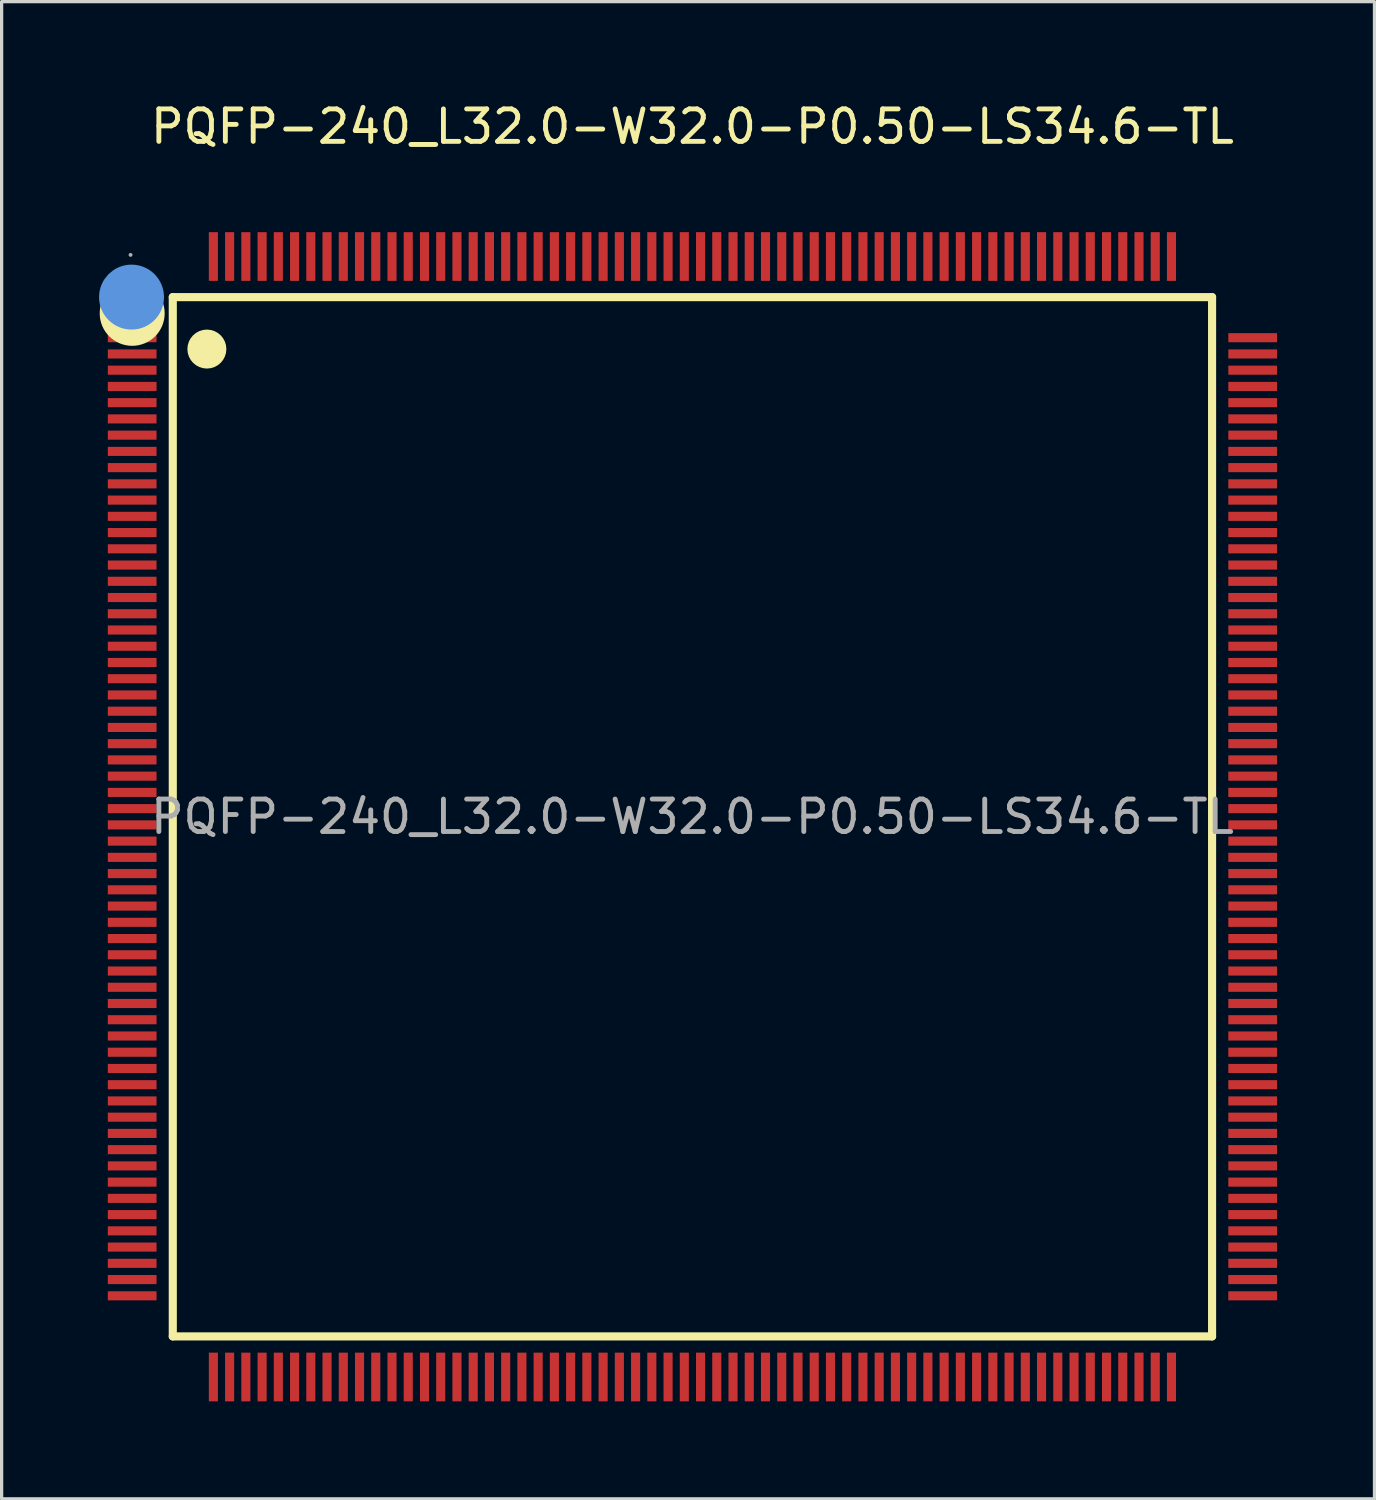
<source format=kicad_pcb>
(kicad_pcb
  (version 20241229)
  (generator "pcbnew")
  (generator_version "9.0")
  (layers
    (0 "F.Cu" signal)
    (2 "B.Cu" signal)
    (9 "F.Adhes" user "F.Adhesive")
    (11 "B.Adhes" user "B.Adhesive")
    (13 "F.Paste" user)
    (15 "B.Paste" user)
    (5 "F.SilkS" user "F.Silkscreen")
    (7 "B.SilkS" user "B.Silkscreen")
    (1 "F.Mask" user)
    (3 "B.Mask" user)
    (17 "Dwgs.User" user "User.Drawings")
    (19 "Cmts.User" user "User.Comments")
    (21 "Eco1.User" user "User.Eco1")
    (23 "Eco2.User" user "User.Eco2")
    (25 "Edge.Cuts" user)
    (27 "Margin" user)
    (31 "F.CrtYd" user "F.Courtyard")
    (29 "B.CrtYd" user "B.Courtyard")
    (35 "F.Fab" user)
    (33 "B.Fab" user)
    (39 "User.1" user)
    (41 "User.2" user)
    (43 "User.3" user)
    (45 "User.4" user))
  (footprint "PQFP-240_L32.0-W32.0-P0.50-LS34.6-TL"
    (layer "F.Cu")
    (at 18.27 22.098)
    (property "Reference" "PQFP-240_L32.0-W32.0-P0.50-LS34.6-TL" (at 0 -21.25 0) (layer "F.SilkS") (effects (font (size 1 1) (thickness 0.15))))
    (attr through_hole)
    (fp_line (start -16 -16) (end 16 -16) (stroke (width 0.25) (type solid)) (layer "F.SilkS"))
    (fp_line (start -16 16) (end -16 -16) (stroke (width 0.25) (type solid)) (layer "F.SilkS"))
    (fp_line (start 16 -16) (end 16 16) (stroke (width 0.25) (type solid)) (layer "F.SilkS"))
    (fp_line (start 16 16) (end -16 16) (stroke (width 0.25) (type solid)) (layer "F.SilkS"))
    (fp_arc (start -17.25 -15.5) (mid -17.25 -15.5) (end -17.25 -15.5) (stroke (width 1) (type solid)) (layer "F.SilkS"))
    (fp_arc (start -14.95 -14.4) (mid -14.95 -14.4) (end -14.95 -14.4) (stroke (width 0.6) (type solid)) (layer "F.SilkS"))
    (fp_circle (center -17.27 -16) (end -16.77 -16) (stroke (width 1) (type solid)) (fill no) (layer "Cmts.User"))
    (fp_circle (center -17.3 -17.3) (end -17.27 -17.3) (stroke (width 0.06) (type solid)) (fill no) (layer "F.Fab"))
    (fp_text user "${REFERENCE}" (at 0 0 0) (layer "F.Fab") (effects (font (size 1 1) (thickness 0.15))))
    (pad "1" smd rect (at -17.25 -14.75 90) (size 0.28 1.5) (layers "F.Cu" "F.Mask" "F.Paste"))
    (pad "2" smd rect (at -17.25 -14.25 90) (size 0.28 1.5) (layers "F.Cu" "F.Mask" "F.Paste"))
    (pad "3" smd rect (at -17.25 -13.75 90) (size 0.28 1.5) (layers "F.Cu" "F.Mask" "F.Paste"))
    (pad "4" smd rect (at -17.25 -13.25 90) (size 0.28 1.5) (layers "F.Cu" "F.Mask" "F.Paste"))
    (pad "5" smd rect (at -17.25 -12.75 90) (size 0.28 1.5) (layers "F.Cu" "F.Mask" "F.Paste"))
    (pad "6" smd rect (at -17.25 -12.25 90) (size 0.28 1.5) (layers "F.Cu" "F.Mask" "F.Paste"))
    (pad "7" smd rect (at -17.25 -11.75 90) (size 0.28 1.5) (layers "F.Cu" "F.Mask" "F.Paste"))
    (pad "8" smd rect (at -17.25 -11.25 90) (size 0.28 1.5) (layers "F.Cu" "F.Mask" "F.Paste"))
    (pad "9" smd rect (at -17.25 -10.75 90) (size 0.28 1.5) (layers "F.Cu" "F.Mask" "F.Paste"))
    (pad "10" smd rect (at -17.25 -10.25 90) (size 0.28 1.5) (layers "F.Cu" "F.Mask" "F.Paste"))
    (pad "11" smd rect (at -17.25 -9.75 90) (size 0.28 1.5) (layers "F.Cu" "F.Mask" "F.Paste"))
    (pad "12" smd rect (at -17.25 -9.25 90) (size 0.28 1.5) (layers "F.Cu" "F.Mask" "F.Paste"))
    (pad "13" smd rect (at -17.25 -8.75 90) (size 0.28 1.5) (layers "F.Cu" "F.Mask" "F.Paste"))
    (pad "14" smd rect (at -17.25 -8.25 90) (size 0.28 1.5) (layers "F.Cu" "F.Mask" "F.Paste"))
    (pad "15" smd rect (at -17.25 -7.75 90) (size 0.28 1.5) (layers "F.Cu" "F.Mask" "F.Paste"))
    (pad "16" smd rect (at -17.25 -7.25 90) (size 0.28 1.5) (layers "F.Cu" "F.Mask" "F.Paste"))
    (pad "17" smd rect (at -17.25 -6.75 90) (size 0.28 1.5) (layers "F.Cu" "F.Mask" "F.Paste"))
    (pad "18" smd rect (at -17.25 -6.25 90) (size 0.28 1.5) (layers "F.Cu" "F.Mask" "F.Paste"))
    (pad "19" smd rect (at -17.25 -5.75 90) (size 0.28 1.5) (layers "F.Cu" "F.Mask" "F.Paste"))
    (pad "20" smd rect (at -17.25 -5.25 90) (size 0.28 1.5) (layers "F.Cu" "F.Mask" "F.Paste"))
    (pad "21" smd rect (at -17.25 -4.75 90) (size 0.28 1.5) (layers "F.Cu" "F.Mask" "F.Paste"))
    (pad "22" smd rect (at -17.25 -4.25 90) (size 0.28 1.5) (layers "F.Cu" "F.Mask" "F.Paste"))
    (pad "23" smd rect (at -17.25 -3.75 90) (size 0.28 1.5) (layers "F.Cu" "F.Mask" "F.Paste"))
    (pad "24" smd rect (at -17.25 -3.25 90) (size 0.28 1.5) (layers "F.Cu" "F.Mask" "F.Paste"))
    (pad "25" smd rect (at -17.25 -2.75 90) (size 0.28 1.5) (layers "F.Cu" "F.Mask" "F.Paste"))
    (pad "26" smd rect (at -17.25 -2.25 90) (size 0.28 1.5) (layers "F.Cu" "F.Mask" "F.Paste"))
    (pad "27" smd rect (at -17.25 -1.75 90) (size 0.28 1.5) (layers "F.Cu" "F.Mask" "F.Paste"))
    (pad "28" smd rect (at -17.25 -1.25 90) (size 0.28 1.5) (layers "F.Cu" "F.Mask" "F.Paste"))
    (pad "29" smd rect (at -17.25 -0.75 90) (size 0.28 1.5) (layers "F.Cu" "F.Mask" "F.Paste"))
    (pad "30" smd rect (at -17.25 -0.25 90) (size 0.28 1.5) (layers "F.Cu" "F.Mask" "F.Paste"))
    (pad "31" smd rect (at -17.25 0.25 90) (size 0.28 1.5) (layers "F.Cu" "F.Mask" "F.Paste"))
    (pad "32" smd rect (at -17.25 0.75 90) (size 0.28 1.5) (layers "F.Cu" "F.Mask" "F.Paste"))
    (pad "33" smd rect (at -17.25 1.25 90) (size 0.28 1.5) (layers "F.Cu" "F.Mask" "F.Paste"))
    (pad "34" smd rect (at -17.25 1.75 90) (size 0.28 1.5) (layers "F.Cu" "F.Mask" "F.Paste"))
    (pad "35" smd rect (at -17.25 2.25 90) (size 0.28 1.5) (layers "F.Cu" "F.Mask" "F.Paste"))
    (pad "36" smd rect (at -17.25 2.75 90) (size 0.28 1.5) (layers "F.Cu" "F.Mask" "F.Paste"))
    (pad "37" smd rect (at -17.25 3.25 90) (size 0.28 1.5) (layers "F.Cu" "F.Mask" "F.Paste"))
    (pad "38" smd rect (at -17.25 3.75 90) (size 0.28 1.5) (layers "F.Cu" "F.Mask" "F.Paste"))
    (pad "39" smd rect (at -17.25 4.25 90) (size 0.28 1.5) (layers "F.Cu" "F.Mask" "F.Paste"))
    (pad "40" smd rect (at -17.25 4.75 90) (size 0.28 1.5) (layers "F.Cu" "F.Mask" "F.Paste"))
    (pad "41" smd rect (at -17.25 5.25 90) (size 0.28 1.5) (layers "F.Cu" "F.Mask" "F.Paste"))
    (pad "42" smd rect (at -17.25 5.75 90) (size 0.28 1.5) (layers "F.Cu" "F.Mask" "F.Paste"))
    (pad "43" smd rect (at -17.25 6.25 90) (size 0.28 1.5) (layers "F.Cu" "F.Mask" "F.Paste"))
    (pad "44" smd rect (at -17.25 6.75 90) (size 0.28 1.5) (layers "F.Cu" "F.Mask" "F.Paste"))
    (pad "45" smd rect (at -17.25 7.25 90) (size 0.28 1.5) (layers "F.Cu" "F.Mask" "F.Paste"))
    (pad "46" smd rect (at -17.25 7.75 90) (size 0.28 1.5) (layers "F.Cu" "F.Mask" "F.Paste"))
    (pad "47" smd rect (at -17.25 8.25 90) (size 0.28 1.5) (layers "F.Cu" "F.Mask" "F.Paste"))
    (pad "48" smd rect (at -17.25 8.75 90) (size 0.28 1.5) (layers "F.Cu" "F.Mask" "F.Paste"))
    (pad "49" smd rect (at -17.25 9.25 90) (size 0.28 1.5) (layers "F.Cu" "F.Mask" "F.Paste"))
    (pad "50" smd rect (at -17.25 9.75 90) (size 0.28 1.5) (layers "F.Cu" "F.Mask" "F.Paste"))
    (pad "51" smd rect (at -17.25 10.25 90) (size 0.28 1.5) (layers "F.Cu" "F.Mask" "F.Paste"))
    (pad "52" smd rect (at -17.25 10.75 90) (size 0.28 1.5) (layers "F.Cu" "F.Mask" "F.Paste"))
    (pad "53" smd rect (at -17.25 11.25 270) (size 0.28 1.5) (layers "F.Cu" "F.Mask" "F.Paste"))
    (pad "54" smd rect (at -17.25 11.75 270) (size 0.28 1.5) (layers "F.Cu" "F.Mask" "F.Paste"))
    (pad "55" smd rect (at -17.25 12.25 270) (size 0.28 1.5) (layers "F.Cu" "F.Mask" "F.Paste"))
    (pad "56" smd rect (at -17.25 12.75 270) (size 0.28 1.5) (layers "F.Cu" "F.Mask" "F.Paste"))
    (pad "57" smd rect (at -17.25 13.25 270) (size 0.28 1.5) (layers "F.Cu" "F.Mask" "F.Paste"))
    (pad "58" smd rect (at -17.25 13.75 270) (size 0.28 1.5) (layers "F.Cu" "F.Mask" "F.Paste"))
    (pad "59" smd rect (at -17.25 14.25 270) (size 0.28 1.5) (layers "F.Cu" "F.Mask" "F.Paste"))
    (pad "60" smd rect (at -17.25 14.75 270) (size 0.28 1.5) (layers "F.Cu" "F.Mask" "F.Paste"))
    (pad "61" smd rect (at -14.75 17.25) (size 0.28 1.5) (layers "F.Cu" "F.Mask" "F.Paste"))
    (pad "62" smd rect (at -14.25 17.25) (size 0.28 1.5) (layers "F.Cu" "F.Mask" "F.Paste"))
    (pad "63" smd rect (at -13.75 17.25) (size 0.28 1.5) (layers "F.Cu" "F.Mask" "F.Paste"))
    (pad "64" smd rect (at -13.25 17.25) (size 0.28 1.5) (layers "F.Cu" "F.Mask" "F.Paste"))
    (pad "65" smd rect (at -12.75 17.25) (size 0.28 1.5) (layers "F.Cu" "F.Mask" "F.Paste"))
    (pad "66" smd rect (at -12.25 17.25) (size 0.28 1.5) (layers "F.Cu" "F.Mask" "F.Paste"))
    (pad "67" smd rect (at -11.75 17.25) (size 0.28 1.5) (layers "F.Cu" "F.Mask" "F.Paste"))
    (pad "68" smd rect (at -11.25 17.25) (size 0.28 1.5) (layers "F.Cu" "F.Mask" "F.Paste"))
    (pad "69" smd rect (at -10.75 17.25) (size 0.28 1.5) (layers "F.Cu" "F.Mask" "F.Paste"))
    (pad "70" smd rect (at -10.25 17.25) (size 0.28 1.5) (layers "F.Cu" "F.Mask" "F.Paste"))
    (pad "71" smd rect (at -9.75 17.25) (size 0.28 1.5) (layers "F.Cu" "F.Mask" "F.Paste"))
    (pad "72" smd rect (at -9.25 17.25) (size 0.28 1.5) (layers "F.Cu" "F.Mask" "F.Paste"))
    (pad "73" smd rect (at -8.75 17.25) (size 0.28 1.5) (layers "F.Cu" "F.Mask" "F.Paste"))
    (pad "74" smd rect (at -8.25 17.25) (size 0.28 1.5) (layers "F.Cu" "F.Mask" "F.Paste"))
    (pad "75" smd rect (at -7.75 17.25) (size 0.28 1.5) (layers "F.Cu" "F.Mask" "F.Paste"))
    (pad "76" smd rect (at -7.25 17.25) (size 0.28 1.5) (layers "F.Cu" "F.Mask" "F.Paste"))
    (pad "77" smd rect (at -6.75 17.25) (size 0.28 1.5) (layers "F.Cu" "F.Mask" "F.Paste"))
    (pad "78" smd rect (at -6.25 17.25) (size 0.28 1.5) (layers "F.Cu" "F.Mask" "F.Paste"))
    (pad "79" smd rect (at -5.75 17.25) (size 0.28 1.5) (layers "F.Cu" "F.Mask" "F.Paste"))
    (pad "80" smd rect (at -5.25 17.25) (size 0.28 1.5) (layers "F.Cu" "F.Mask" "F.Paste"))
    (pad "81" smd rect (at -4.75 17.25) (size 0.28 1.5) (layers "F.Cu" "F.Mask" "F.Paste"))
    (pad "82" smd rect (at -4.25 17.25) (size 0.28 1.5) (layers "F.Cu" "F.Mask" "F.Paste"))
    (pad "83" smd rect (at -3.75 17.25) (size 0.28 1.5) (layers "F.Cu" "F.Mask" "F.Paste"))
    (pad "84" smd rect (at -3.25 17.25) (size 0.28 1.5) (layers "F.Cu" "F.Mask" "F.Paste"))
    (pad "85" smd rect (at -2.75 17.25) (size 0.28 1.5) (layers "F.Cu" "F.Mask" "F.Paste"))
    (pad "86" smd rect (at -2.25 17.25) (size 0.28 1.5) (layers "F.Cu" "F.Mask" "F.Paste"))
    (pad "87" smd rect (at -1.75 17.25) (size 0.28 1.5) (layers "F.Cu" "F.Mask" "F.Paste"))
    (pad "88" smd rect (at -1.25 17.25) (size 0.28 1.5) (layers "F.Cu" "F.Mask" "F.Paste"))
    (pad "89" smd rect (at -0.75 17.25) (size 0.28 1.5) (layers "F.Cu" "F.Mask" "F.Paste"))
    (pad "90" smd rect (at -0.25 17.25) (size 0.28 1.5) (layers "F.Cu" "F.Mask" "F.Paste"))
    (pad "91" smd rect (at 0.25 17.25) (size 0.28 1.5) (layers "F.Cu" "F.Mask" "F.Paste"))
    (pad "92" smd rect (at 0.75 17.25) (size 0.28 1.5) (layers "F.Cu" "F.Mask" "F.Paste"))
    (pad "93" smd rect (at 1.25 17.25) (size 0.28 1.5) (layers "F.Cu" "F.Mask" "F.Paste"))
    (pad "94" smd rect (at 1.75 17.25) (size 0.28 1.5) (layers "F.Cu" "F.Mask" "F.Paste"))
    (pad "95" smd rect (at 2.25 17.25) (size 0.28 1.5) (layers "F.Cu" "F.Mask" "F.Paste"))
    (pad "96" smd rect (at 2.75 17.25) (size 0.28 1.5) (layers "F.Cu" "F.Mask" "F.Paste"))
    (pad "97" smd rect (at 3.25 17.25) (size 0.28 1.5) (layers "F.Cu" "F.Mask" "F.Paste"))
    (pad "98" smd rect (at 3.75 17.25) (size 0.28 1.5) (layers "F.Cu" "F.Mask" "F.Paste"))
    (pad "99" smd rect (at 4.25 17.25) (size 0.28 1.5) (layers "F.Cu" "F.Mask" "F.Paste"))
    (pad "100" smd rect (at 4.75 17.25) (size 0.28 1.5) (layers "F.Cu" "F.Mask" "F.Paste"))
    (pad "101" smd rect (at 5.25 17.25) (size 0.28 1.5) (layers "F.Cu" "F.Mask" "F.Paste"))
    (pad "102" smd rect (at 5.75 17.25) (size 0.28 1.5) (layers "F.Cu" "F.Mask" "F.Paste"))
    (pad "103" smd rect (at 6.25 17.25) (size 0.28 1.5) (layers "F.Cu" "F.Mask" "F.Paste"))
    (pad "104" smd rect (at 6.75 17.25) (size 0.28 1.5) (layers "F.Cu" "F.Mask" "F.Paste"))
    (pad "105" smd rect (at 7.25 17.25) (size 0.28 1.5) (layers "F.Cu" "F.Mask" "F.Paste"))
    (pad "106" smd rect (at 7.75 17.25) (size 0.28 1.5) (layers "F.Cu" "F.Mask" "F.Paste"))
    (pad "107" smd rect (at 8.25 17.25) (size 0.28 1.5) (layers "F.Cu" "F.Mask" "F.Paste"))
    (pad "108" smd rect (at 8.75 17.25) (size 0.28 1.5) (layers "F.Cu" "F.Mask" "F.Paste"))
    (pad "109" smd rect (at 9.25 17.25) (size 0.28 1.5) (layers "F.Cu" "F.Mask" "F.Paste"))
    (pad "110" smd rect (at 9.75 17.25) (size 0.28 1.5) (layers "F.Cu" "F.Mask" "F.Paste"))
    (pad "111" smd rect (at 10.25 17.25) (size 0.28 1.5) (layers "F.Cu" "F.Mask" "F.Paste"))
    (pad "112" smd rect (at 10.75 17.25) (size 0.28 1.5) (layers "F.Cu" "F.Mask" "F.Paste"))
    (pad "113" smd rect (at 11.25 17.25) (size 0.28 1.5) (layers "F.Cu" "F.Mask" "F.Paste"))
    (pad "114" smd rect (at 11.75 17.25) (size 0.28 1.5) (layers "F.Cu" "F.Mask" "F.Paste"))
    (pad "115" smd rect (at 12.25 17.25) (size 0.28 1.5) (layers "F.Cu" "F.Mask" "F.Paste"))
    (pad "116" smd rect (at 12.75 17.25) (size 0.28 1.5) (layers "F.Cu" "F.Mask" "F.Paste"))
    (pad "117" smd rect (at 13.25 17.25) (size 0.28 1.5) (layers "F.Cu" "F.Mask" "F.Paste"))
    (pad "118" smd rect (at 13.75 17.25) (size 0.28 1.5) (layers "F.Cu" "F.Mask" "F.Paste"))
    (pad "119" smd rect (at 14.25 17.25) (size 0.28 1.5) (layers "F.Cu" "F.Mask" "F.Paste"))
    (pad "120" smd rect (at 14.75 17.25) (size 0.28 1.5) (layers "F.Cu" "F.Mask" "F.Paste"))
    (pad "121" smd rect (at 17.25 14.75 90) (size 0.28 1.5) (layers "F.Cu" "F.Mask" "F.Paste"))
    (pad "122" smd rect (at 17.25 14.25 90) (size 0.28 1.5) (layers "F.Cu" "F.Mask" "F.Paste"))
    (pad "123" smd rect (at 17.25 13.75 90) (size 0.28 1.5) (layers "F.Cu" "F.Mask" "F.Paste"))
    (pad "124" smd rect (at 17.25 13.25 90) (size 0.28 1.5) (layers "F.Cu" "F.Mask" "F.Paste"))
    (pad "125" smd rect (at 17.25 12.75 90) (size 0.28 1.5) (layers "F.Cu" "F.Mask" "F.Paste"))
    (pad "126" smd rect (at 17.25 12.25 90) (size 0.28 1.5) (layers "F.Cu" "F.Mask" "F.Paste"))
    (pad "127" smd rect (at 17.25 11.75 90) (size 0.28 1.5) (layers "F.Cu" "F.Mask" "F.Paste"))
    (pad "128" smd rect (at 17.25 11.25 90) (size 0.28 1.5) (layers "F.Cu" "F.Mask" "F.Paste"))
    (pad "129" smd rect (at 17.25 10.75 90) (size 0.28 1.5) (layers "F.Cu" "F.Mask" "F.Paste"))
    (pad "130" smd rect (at 17.25 10.25 90) (size 0.28 1.5) (layers "F.Cu" "F.Mask" "F.Paste"))
    (pad "131" smd rect (at 17.25 9.75 90) (size 0.28 1.5) (layers "F.Cu" "F.Mask" "F.Paste"))
    (pad "132" smd rect (at 17.25 9.25 90) (size 0.28 1.5) (layers "F.Cu" "F.Mask" "F.Paste"))
    (pad "133" smd rect (at 17.25 8.75 90) (size 0.28 1.5) (layers "F.Cu" "F.Mask" "F.Paste"))
    (pad "134" smd rect (at 17.25 8.25 90) (size 0.28 1.5) (layers "F.Cu" "F.Mask" "F.Paste"))
    (pad "135" smd rect (at 17.25 7.75 90) (size 0.28 1.5) (layers "F.Cu" "F.Mask" "F.Paste"))
    (pad "136" smd rect (at 17.25 7.25 90) (size 0.28 1.5) (layers "F.Cu" "F.Mask" "F.Paste"))
    (pad "137" smd rect (at 17.25 6.75 90) (size 0.28 1.5) (layers "F.Cu" "F.Mask" "F.Paste"))
    (pad "138" smd rect (at 17.25 6.25 90) (size 0.28 1.5) (layers "F.Cu" "F.Mask" "F.Paste"))
    (pad "139" smd rect (at 17.25 5.75 90) (size 0.28 1.5) (layers "F.Cu" "F.Mask" "F.Paste"))
    (pad "140" smd rect (at 17.25 5.25 90) (size 0.28 1.5) (layers "F.Cu" "F.Mask" "F.Paste"))
    (pad "141" smd rect (at 17.25 4.75 90) (size 0.28 1.5) (layers "F.Cu" "F.Mask" "F.Paste"))
    (pad "142" smd rect (at 17.25 4.25 90) (size 0.28 1.5) (layers "F.Cu" "F.Mask" "F.Paste"))
    (pad "143" smd rect (at 17.25 3.75 90) (size 0.28 1.5) (layers "F.Cu" "F.Mask" "F.Paste"))
    (pad "144" smd rect (at 17.25 3.25 90) (size 0.28 1.5) (layers "F.Cu" "F.Mask" "F.Paste"))
    (pad "145" smd rect (at 17.25 2.75 90) (size 0.28 1.5) (layers "F.Cu" "F.Mask" "F.Paste"))
    (pad "146" smd rect (at 17.25 2.25 90) (size 0.28 1.5) (layers "F.Cu" "F.Mask" "F.Paste"))
    (pad "147" smd rect (at 17.25 1.75 90) (size 0.28 1.5) (layers "F.Cu" "F.Mask" "F.Paste"))
    (pad "148" smd rect (at 17.25 1.25 90) (size 0.28 1.5) (layers "F.Cu" "F.Mask" "F.Paste"))
    (pad "149" smd rect (at 17.25 0.75 90) (size 0.28 1.5) (layers "F.Cu" "F.Mask" "F.Paste"))
    (pad "150" smd rect (at 17.25 0.25 90) (size 0.28 1.5) (layers "F.Cu" "F.Mask" "F.Paste"))
    (pad "151" smd rect (at 17.25 -0.25 90) (size 0.28 1.5) (layers "F.Cu" "F.Mask" "F.Paste"))
    (pad "152" smd rect (at 17.25 -0.75 90) (size 0.28 1.5) (layers "F.Cu" "F.Mask" "F.Paste"))
    (pad "153" smd rect (at 17.25 -1.25 90) (size 0.28 1.5) (layers "F.Cu" "F.Mask" "F.Paste"))
    (pad "154" smd rect (at 17.25 -1.75 90) (size 0.28 1.5) (layers "F.Cu" "F.Mask" "F.Paste"))
    (pad "155" smd rect (at 17.25 -2.25 90) (size 0.28 1.5) (layers "F.Cu" "F.Mask" "F.Paste"))
    (pad "156" smd rect (at 17.25 -2.75 90) (size 0.28 1.5) (layers "F.Cu" "F.Mask" "F.Paste"))
    (pad "157" smd rect (at 17.25 -3.25 270) (size 0.28 1.5) (layers "F.Cu" "F.Mask" "F.Paste"))
    (pad "158" smd rect (at 17.25 -3.75 270) (size 0.28 1.5) (layers "F.Cu" "F.Mask" "F.Paste"))
    (pad "159" smd rect (at 17.25 -4.25 270) (size 0.28 1.5) (layers "F.Cu" "F.Mask" "F.Paste"))
    (pad "160" smd rect (at 17.25 -4.75 270) (size 0.28 1.5) (layers "F.Cu" "F.Mask" "F.Paste"))
    (pad "161" smd rect (at 17.25 -5.25 270) (size 0.28 1.5) (layers "F.Cu" "F.Mask" "F.Paste"))
    (pad "162" smd rect (at 17.25 -5.75 270) (size 0.28 1.5) (layers "F.Cu" "F.Mask" "F.Paste"))
    (pad "163" smd rect (at 17.25 -6.25 270) (size 0.28 1.5) (layers "F.Cu" "F.Mask" "F.Paste"))
    (pad "164" smd rect (at 17.25 -6.75 270) (size 0.28 1.5) (layers "F.Cu" "F.Mask" "F.Paste"))
    (pad "165" smd rect (at 17.25 -7.25 270) (size 0.28 1.5) (layers "F.Cu" "F.Mask" "F.Paste"))
    (pad "166" smd rect (at 17.25 -7.75 270) (size 0.28 1.5) (layers "F.Cu" "F.Mask" "F.Paste"))
    (pad "167" smd rect (at 17.25 -8.25 270) (size 0.28 1.5) (layers "F.Cu" "F.Mask" "F.Paste"))
    (pad "168" smd rect (at 17.25 -8.75 270) (size 0.28 1.5) (layers "F.Cu" "F.Mask" "F.Paste"))
    (pad "169" smd rect (at 17.25 -9.25 270) (size 0.28 1.5) (layers "F.Cu" "F.Mask" "F.Paste"))
    (pad "170" smd rect (at 17.25 -9.75 270) (size 0.28 1.5) (layers "F.Cu" "F.Mask" "F.Paste"))
    (pad "171" smd rect (at 17.25 -10.25 270) (size 0.28 1.5) (layers "F.Cu" "F.Mask" "F.Paste"))
    (pad "172" smd rect (at 17.25 -10.75 270) (size 0.28 1.5) (layers "F.Cu" "F.Mask" "F.Paste"))
    (pad "173" smd rect (at 17.25 -11.25 270) (size 0.28 1.5) (layers "F.Cu" "F.Mask" "F.Paste"))
    (pad "174" smd rect (at 17.25 -11.75 270) (size 0.28 1.5) (layers "F.Cu" "F.Mask" "F.Paste"))
    (pad "175" smd rect (at 17.25 -12.25 270) (size 0.28 1.5) (layers "F.Cu" "F.Mask" "F.Paste"))
    (pad "176" smd rect (at 17.25 -12.75 270) (size 0.28 1.5) (layers "F.Cu" "F.Mask" "F.Paste"))
    (pad "177" smd rect (at 17.25 -13.25 270) (size 0.28 1.5) (layers "F.Cu" "F.Mask" "F.Paste"))
    (pad "178" smd rect (at 17.25 -13.75 270) (size 0.28 1.5) (layers "F.Cu" "F.Mask" "F.Paste"))
    (pad "179" smd rect (at 17.25 -14.25 270) (size 0.28 1.5) (layers "F.Cu" "F.Mask" "F.Paste"))
    (pad "180" smd rect (at 17.25 -14.75 270) (size 0.28 1.5) (layers "F.Cu" "F.Mask" "F.Paste"))
    (pad "181" smd rect (at 14.75 -17.25) (size 0.28 1.5) (layers "F.Cu" "F.Mask" "F.Paste"))
    (pad "182" smd rect (at 14.25 -17.25) (size 0.28 1.5) (layers "F.Cu" "F.Mask" "F.Paste"))
    (pad "183" smd rect (at 13.75 -17.25) (size 0.28 1.5) (layers "F.Cu" "F.Mask" "F.Paste"))
    (pad "184" smd rect (at 13.25 -17.25) (size 0.28 1.5) (layers "F.Cu" "F.Mask" "F.Paste"))
    (pad "185" smd rect (at 12.75 -17.25) (size 0.28 1.5) (layers "F.Cu" "F.Mask" "F.Paste"))
    (pad "186" smd rect (at 12.25 -17.25) (size 0.28 1.5) (layers "F.Cu" "F.Mask" "F.Paste"))
    (pad "187" smd rect (at 11.75 -17.25) (size 0.28 1.5) (layers "F.Cu" "F.Mask" "F.Paste"))
    (pad "188" smd rect (at 11.25 -17.25) (size 0.28 1.5) (layers "F.Cu" "F.Mask" "F.Paste"))
    (pad "189" smd rect (at 10.75 -17.25) (size 0.28 1.5) (layers "F.Cu" "F.Mask" "F.Paste"))
    (pad "190" smd rect (at 10.25 -17.25) (size 0.28 1.5) (layers "F.Cu" "F.Mask" "F.Paste"))
    (pad "191" smd rect (at 9.75 -17.25) (size 0.28 1.5) (layers "F.Cu" "F.Mask" "F.Paste"))
    (pad "192" smd rect (at 9.25 -17.25) (size 0.28 1.5) (layers "F.Cu" "F.Mask" "F.Paste"))
    (pad "193" smd rect (at 8.75 -17.25) (size 0.28 1.5) (layers "F.Cu" "F.Mask" "F.Paste"))
    (pad "194" smd rect (at 8.25 -17.25) (size 0.28 1.5) (layers "F.Cu" "F.Mask" "F.Paste"))
    (pad "195" smd rect (at 7.75 -17.25) (size 0.28 1.5) (layers "F.Cu" "F.Mask" "F.Paste"))
    (pad "196" smd rect (at 7.25 -17.25) (size 0.28 1.5) (layers "F.Cu" "F.Mask" "F.Paste"))
    (pad "197" smd rect (at 6.75 -17.25) (size 0.28 1.5) (layers "F.Cu" "F.Mask" "F.Paste"))
    (pad "198" smd rect (at 6.25 -17.25) (size 0.28 1.5) (layers "F.Cu" "F.Mask" "F.Paste"))
    (pad "199" smd rect (at 5.75 -17.25) (size 0.28 1.5) (layers "F.Cu" "F.Mask" "F.Paste"))
    (pad "200" smd rect (at 5.25 -17.25) (size 0.28 1.5) (layers "F.Cu" "F.Mask" "F.Paste"))
    (pad "201" smd rect (at 4.75 -17.25) (size 0.28 1.5) (layers "F.Cu" "F.Mask" "F.Paste"))
    (pad "202" smd rect (at 4.25 -17.25) (size 0.28 1.5) (layers "F.Cu" "F.Mask" "F.Paste"))
    (pad "203" smd rect (at 3.75 -17.25) (size 0.28 1.5) (layers "F.Cu" "F.Mask" "F.Paste"))
    (pad "204" smd rect (at 3.25 -17.25) (size 0.28 1.5) (layers "F.Cu" "F.Mask" "F.Paste"))
    (pad "205" smd rect (at 2.75 -17.25) (size 0.28 1.5) (layers "F.Cu" "F.Mask" "F.Paste"))
    (pad "206" smd rect (at 2.25 -17.25) (size 0.28 1.5) (layers "F.Cu" "F.Mask" "F.Paste"))
    (pad "207" smd rect (at 1.75 -17.25) (size 0.28 1.5) (layers "F.Cu" "F.Mask" "F.Paste"))
    (pad "208" smd rect (at 1.25 -17.25) (size 0.28 1.5) (layers "F.Cu" "F.Mask" "F.Paste"))
    (pad "209" smd rect (at 0.75 -17.25) (size 0.28 1.5) (layers "F.Cu" "F.Mask" "F.Paste"))
    (pad "210" smd rect (at 0.25 -17.25) (size 0.28 1.5) (layers "F.Cu" "F.Mask" "F.Paste"))
    (pad "211" smd rect (at -0.25 -17.25) (size 0.28 1.5) (layers "F.Cu" "F.Mask" "F.Paste"))
    (pad "212" smd rect (at -0.75 -17.25) (size 0.28 1.5) (layers "F.Cu" "F.Mask" "F.Paste"))
    (pad "213" smd rect (at -1.25 -17.25) (size 0.28 1.5) (layers "F.Cu" "F.Mask" "F.Paste"))
    (pad "214" smd rect (at -1.75 -17.25) (size 0.28 1.5) (layers "F.Cu" "F.Mask" "F.Paste"))
    (pad "215" smd rect (at -2.25 -17.25) (size 0.28 1.5) (layers "F.Cu" "F.Mask" "F.Paste"))
    (pad "216" smd rect (at -2.75 -17.25) (size 0.28 1.5) (layers "F.Cu" "F.Mask" "F.Paste"))
    (pad "217" smd rect (at -3.25 -17.25) (size 0.28 1.5) (layers "F.Cu" "F.Mask" "F.Paste"))
    (pad "218" smd rect (at -3.75 -17.25) (size 0.28 1.5) (layers "F.Cu" "F.Mask" "F.Paste"))
    (pad "219" smd rect (at -4.25 -17.25) (size 0.28 1.5) (layers "F.Cu" "F.Mask" "F.Paste"))
    (pad "220" smd rect (at -4.75 -17.25) (size 0.28 1.5) (layers "F.Cu" "F.Mask" "F.Paste"))
    (pad "221" smd rect (at -5.25 -17.25) (size 0.28 1.5) (layers "F.Cu" "F.Mask" "F.Paste"))
    (pad "222" smd rect (at -5.75 -17.25) (size 0.28 1.5) (layers "F.Cu" "F.Mask" "F.Paste"))
    (pad "223" smd rect (at -6.25 -17.25) (size 0.28 1.5) (layers "F.Cu" "F.Mask" "F.Paste"))
    (pad "224" smd rect (at -6.75 -17.25) (size 0.28 1.5) (layers "F.Cu" "F.Mask" "F.Paste"))
    (pad "225" smd rect (at -7.25 -17.25) (size 0.28 1.5) (layers "F.Cu" "F.Mask" "F.Paste"))
    (pad "226" smd rect (at -7.75 -17.25) (size 0.28 1.5) (layers "F.Cu" "F.Mask" "F.Paste"))
    (pad "227" smd rect (at -8.25 -17.25) (size 0.28 1.5) (layers "F.Cu" "F.Mask" "F.Paste"))
    (pad "228" smd rect (at -8.75 -17.25) (size 0.28 1.5) (layers "F.Cu" "F.Mask" "F.Paste"))
    (pad "229" smd rect (at -9.25 -17.25) (size 0.28 1.5) (layers "F.Cu" "F.Mask" "F.Paste"))
    (pad "230" smd rect (at -9.75 -17.25) (size 0.28 1.5) (layers "F.Cu" "F.Mask" "F.Paste"))
    (pad "231" smd rect (at -10.25 -17.25) (size 0.28 1.5) (layers "F.Cu" "F.Mask" "F.Paste"))
    (pad "232" smd rect (at -10.75 -17.25) (size 0.28 1.5) (layers "F.Cu" "F.Mask" "F.Paste"))
    (pad "233" smd rect (at -11.25 -17.25) (size 0.28 1.5) (layers "F.Cu" "F.Mask" "F.Paste"))
    (pad "234" smd rect (at -11.75 -17.25) (size 0.28 1.5) (layers "F.Cu" "F.Mask" "F.Paste"))
    (pad "235" smd rect (at -12.25 -17.25) (size 0.28 1.5) (layers "F.Cu" "F.Mask" "F.Paste"))
    (pad "236" smd rect (at -12.75 -17.25) (size 0.28 1.5) (layers "F.Cu" "F.Mask" "F.Paste"))
    (pad "237" smd rect (at -13.25 -17.25) (size 0.28 1.5) (layers "F.Cu" "F.Mask" "F.Paste"))
    (pad "238" smd rect (at -13.75 -17.25) (size 0.28 1.5) (layers "F.Cu" "F.Mask" "F.Paste"))
    (pad "239" smd rect (at -14.25 -17.25) (size 0.28 1.5) (layers "F.Cu" "F.Mask" "F.Paste"))
    (pad "240" smd rect (at -14.75 -17.25) (size 0.28 1.5) (layers "F.Cu" "F.Mask" "F.Paste")))
  (gr_rect
    (start -3 -3)
    (end 39.27 43.098)
    (stroke (width 0.1) (type default))
    (fill no)
    (layer "Edge.Cuts")))
</source>
